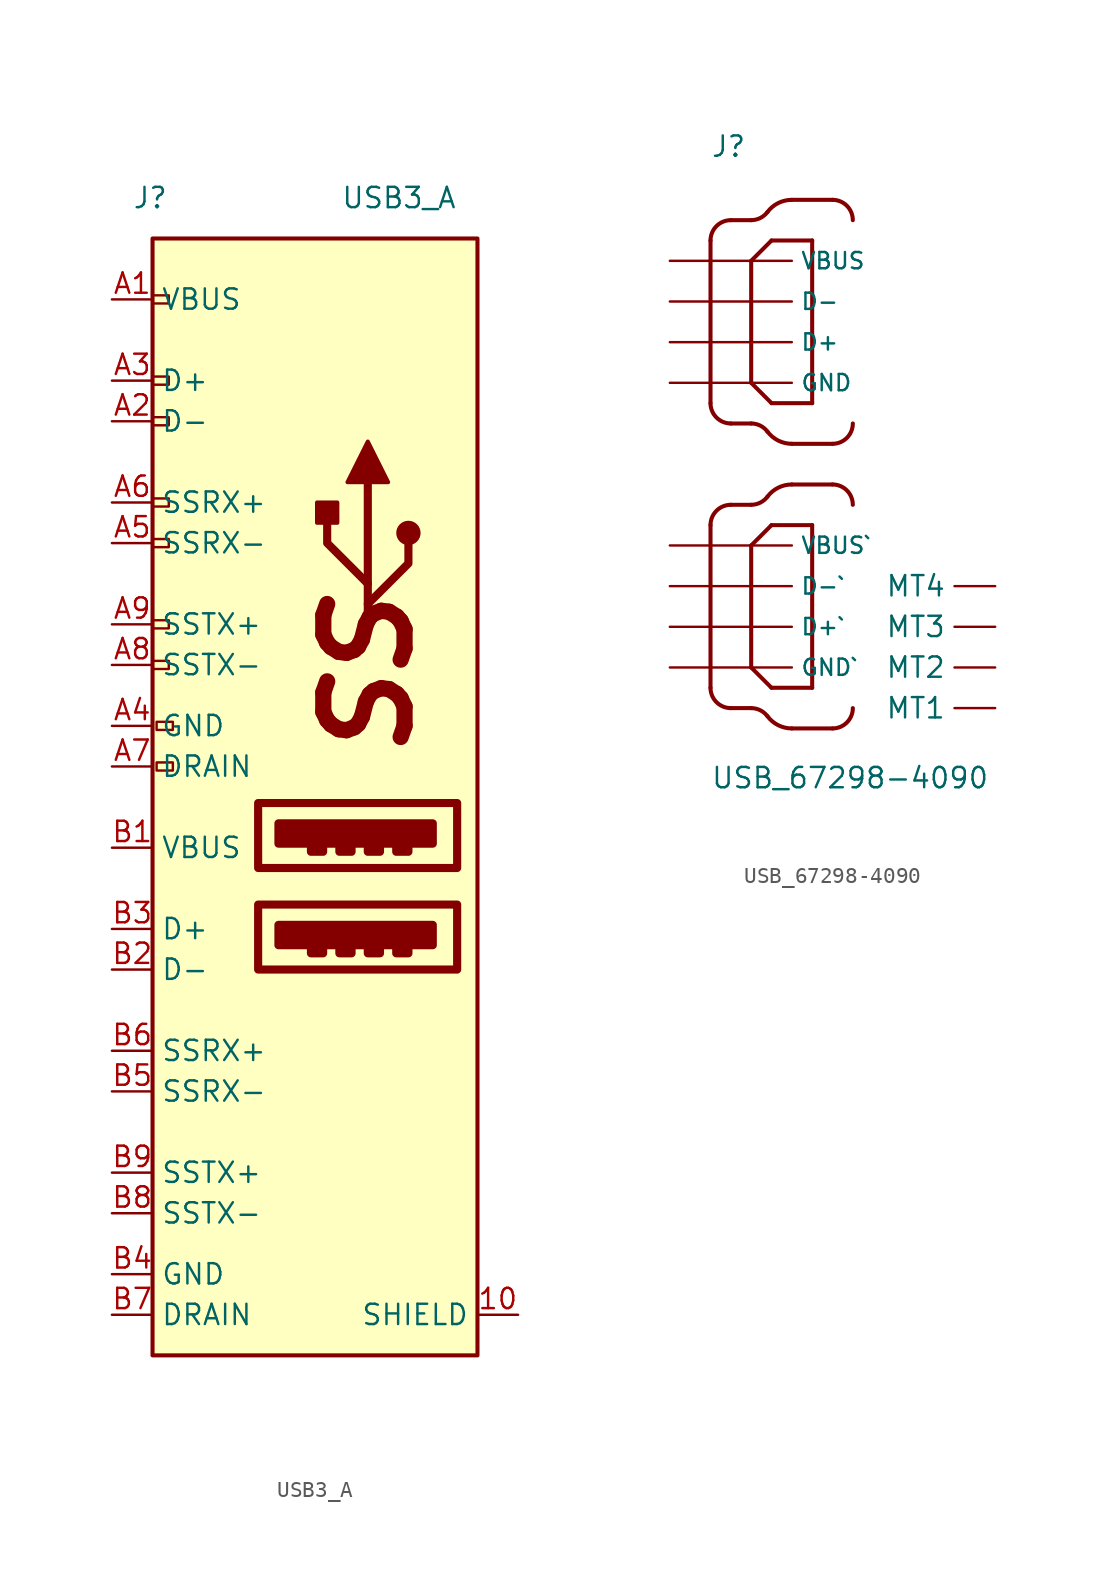
<source format=kicad_sym>
(kicad_symbol_lib
  (version 20201005)
  (generator kicad_symbol_editor)
  (symbol "ioboard:USB3_A"
    (property "Reference" "J"
      (at -10.16 33.02 0)
      (effects (font (size 1.27 1.27)) (justify left)))
    (property "Value" "USB3_A"
      (at 10.16 33.02 0)
      (effects (font (size 1.27 1.27)) (justify right)))
    (symbol "USB3_A_1_1"
      (circle (center 7.112 12.065) (radius 0.635) (stroke (width 0.254)) (fill (type outline)))
      (text "SS" (at 4.572 3.175 900) (effects (font (size 5.08 5.08) bold italic)))
      (rectangle (start -8.89 4.064) (end -7.874 3.556) (stroke (width 0)) (fill (type none)))
      (rectangle (start -8.89 6.604) (end -7.874 6.096) (stroke (width 0)) (fill (type none)))
      (rectangle (start -8.89 11.684) (end -7.874 11.176) (stroke (width 0)) (fill (type none)))
      (rectangle (start -8.89 14.224) (end -7.874 13.716) (stroke (width 0)) (fill (type none)))
      (rectangle (start -8.89 19.304) (end -7.874 18.796) (stroke (width 0)) (fill (type none)))
      (rectangle (start -8.89 21.844) (end -7.874 21.336) (stroke (width 0)) (fill (type none)))
      (rectangle (start -8.89 26.924) (end -7.874 26.416) (stroke (width 0)) (fill (type none)))
      (rectangle (start -7.62 -2.286) (end -8.636 -2.794) (stroke (width 0)) (fill (type none)))
      (rectangle (start -7.62 0.254) (end -8.636 -0.254) (stroke (width 0)) (fill (type none)))
      (rectangle (start -2.286 -11.176) (end 10.16 -15.24) (stroke (width 0.508)) (fill (type none)))
      (rectangle (start -2.286 -4.826) (end 10.16 -8.89) (stroke (width 0.508)) (fill (type none)))
      (rectangle (start 1.016 -13.97) (end 1.778 -14.224) (stroke (width 0.508)) (fill (type none)))
      (rectangle (start 1.016 -7.62) (end 1.778 -7.874) (stroke (width 0.508)) (fill (type none)))
      (rectangle (start 2.794 -13.97) (end 3.556 -14.224) (stroke (width 0.508)) (fill (type none)))
      (rectangle (start 2.794 -7.62) (end 3.556 -7.874) (stroke (width 0.508)) (fill (type none)))
      (rectangle (start 4.572 -13.97) (end 5.334 -14.224) (stroke (width 0.508)) (fill (type none)))
      (rectangle (start 4.572 -7.62) (end 5.334 -7.874) (stroke (width 0.508)) (fill (type none)))
      (rectangle (start 6.35 -13.97) (end 7.112 -14.224) (stroke (width 0.508)) (fill (type none)))
      (rectangle (start 6.35 -7.62) (end 7.112 -7.874) (stroke (width 0.508)) (fill (type none)))
      (rectangle (start -1.016 -12.446) (end 8.636 -13.716) (stroke (width 0.508)) (fill (type outline)))
      (rectangle (start -1.016 -6.096) (end 8.636 -7.366) (stroke (width 0.508)) (fill (type outline)))
      (rectangle (start 2.667 12.7) (end 1.397 13.97) (stroke (width 0.254)) (fill (type outline)))
      (rectangle (start 11.43 30.48) (end -8.89 -39.37) (stroke (width 0.254)) (fill (type background)))
      (polyline (pts (xy 4.572 6.35) (xy 4.572 15.24)) (stroke (width 0.508)) (fill (type none)))
      (polyline (pts (xy 4.572 7.62) (xy 7.112 10.16) (xy 7.112 11.43)) (stroke (width 0.508)) (fill (type none)))
      (polyline (pts (xy 4.572 8.89) (xy 2.032 11.43) (xy 2.032 12.7)) (stroke (width 0.508)) (fill (type none)))
      (polyline (pts (xy 5.842 15.24) (xy 4.572 17.78) (xy 3.302 15.24) (xy 5.842 15.24)) (stroke (width 0.254)) (fill (type outline)))
      (pin passive line (at 13.97 -36.83 180) (length 2.54) (name "SHIELD" (effects (font (size 1.27 1.27)))) (number "10" (effects (font (size 1.27 1.27)))))
      (pin power_in line (at -11.43 26.67 0) (length 2.54) (name "VBUS" (effects (font (size 1.27 1.27)))) (number "A1" (effects (font (size 1.27 1.27)))))
      (pin bidirectional line (at -11.43 19.05 0) (length 2.54) (name "D-" (effects (font (size 1.27 1.27)))) (number "A2" (effects (font (size 1.27 1.27)))))
      (pin bidirectional line (at -11.43 21.59 0) (length 2.54) (name "D+" (effects (font (size 1.27 1.27)))) (number "A3" (effects (font (size 1.27 1.27)))))
      (pin power_in line (at -11.43 0 0) (length 2.54) (name "GND" (effects (font (size 1.27 1.27)))) (number "A4" (effects (font (size 1.27 1.27)))))
      (pin bidirectional line (at -11.43 11.43 0) (length 2.54) (name "SSRX-" (effects (font (size 1.27 1.27)))) (number "A5" (effects (font (size 1.27 1.27)))))
      (pin bidirectional line (at -11.43 13.97 0) (length 2.54) (name "SSRX+" (effects (font (size 1.27 1.27)))) (number "A6" (effects (font (size 1.27 1.27)))))
      (pin power_in line (at -11.43 -2.54 0) (length 2.54) (name "DRAIN" (effects (font (size 1.27 1.27)))) (number "A7" (effects (font (size 1.27 1.27)))))
      (pin bidirectional line (at -11.43 3.81 0) (length 2.54) (name "SSTX-" (effects (font (size 1.27 1.27)))) (number "A8" (effects (font (size 1.27 1.27)))))
      (pin bidirectional line (at -11.43 6.35 0) (length 2.54) (name "SSTX+" (effects (font (size 1.27 1.27)))) (number "A9" (effects (font (size 1.27 1.27)))))
      (pin power_in line (at -11.43 -7.62 0) (length 2.54) (name "VBUS" (effects (font (size 1.27 1.27)))) (number "B1" (effects (font (size 1.27 1.27)))))
      (pin bidirectional line (at -11.43 -15.24 0) (length 2.54) (name "D-" (effects (font (size 1.27 1.27)))) (number "B2" (effects (font (size 1.27 1.27)))))
      (pin bidirectional line (at -11.43 -12.7 0) (length 2.54) (name "D+" (effects (font (size 1.27 1.27)))) (number "B3" (effects (font (size 1.27 1.27)))))
      (pin power_in line (at -11.43 -34.29 0) (length 2.54) (name "GND" (effects (font (size 1.27 1.27)))) (number "B4" (effects (font (size 1.27 1.27)))))
      (pin bidirectional line (at -11.43 -22.86 0) (length 2.54) (name "SSRX-" (effects (font (size 1.27 1.27)))) (number "B5" (effects (font (size 1.27 1.27)))))
      (pin bidirectional line (at -11.43 -20.32 0) (length 2.54) (name "SSRX+" (effects (font (size 1.27 1.27)))) (number "B6" (effects (font (size 1.27 1.27)))))
      (pin power_in line (at -11.43 -36.83 0) (length 2.54) (name "DRAIN" (effects (font (size 1.27 1.27)))) (number "B7" (effects (font (size 1.27 1.27)))))
      (pin bidirectional line (at -11.43 -30.48 0) (length 2.54) (name "SSTX-" (effects (font (size 1.27 1.27)))) (number "B8" (effects (font (size 1.27 1.27)))))
      (pin bidirectional line (at -11.43 -27.94 0) (length 2.54) (name "SSTX+" (effects (font (size 1.27 1.27)))) (number "B9" (effects (font (size 1.27 1.27)))))))
  (symbol "ioboard:USB_67298-4090"
    (pin_numbers hide)
    (property "Reference" "J"
      (at -5.08 21.641 0)
      (effects (font (size 1.27 1.27)) (justify left bottom)))
    (property "Value" "USB_67298-4090"
      (at -5.08 -17.805 0)
      (effects (font (size 1.27 1.27)) (justify left bottom)))
    (symbol "USB_67298-4090_0_0"
      (arc (start -5.08 -11.43) (end -3.81 -12.7) (radius (at -3.81 -11.43) (length 1.27) (angles 180 -90)) (stroke (width 0.254)) (fill (type none)))
      (arc (start -5.08 -1.27) (end -3.81 0) (radius (at -3.81 -1.27) (length 1.27) (angles 180 90)) (stroke (width 0.254)) (fill (type none)))
      (arc (start -5.08 6.35) (end -3.81 5.08) (radius (at -3.81 6.35) (length 1.27) (angles 180 -90)) (stroke (width 0.254)) (fill (type none)))
      (arc (start -5.08 16.51) (end -3.81 17.78) (radius (at -3.81 16.51) (length 1.27) (angles 180 90)) (stroke (width 0.254)) (fill (type none)))
      (arc (start -2.54 -12.7) (end -1.524 -13.208) (radius (at -2.54 -13.97) (length 1.27) (angles -143 -90)) (stroke (width 0.254)) (fill (type none)))
      (arc (start -2.54 0) (end -1.524 0.508) (radius (at -2.54 1.27) (length 1.27) (angles -90 -37)) (stroke (width 0.254)) (fill (type none)))
      (arc (start -2.54 5.08) (end -1.524 4.572) (radius (at -2.54 3.81) (length 1.27) (angles -143 -90)) (stroke (width 0.254)) (fill (type none)))
      (arc (start -2.54 17.78) (end -1.524 18.288) (radius (at -2.54 19.05) (length 1.27) (angles -90 -37)) (stroke (width 0.254)) (fill (type none)))
      (arc (start -1.524 -13.208) (end 0 -13.97) (radius (at 0 -12.065) (length 1.905) (angles -143 -90)) (stroke (width 0.254)) (fill (type none)))
      (arc (start -1.524 0.508) (end 0 1.27) (radius (at 0 -0.635) (length 1.905) (angles -90 -37)) (stroke (width 0.254)) (fill (type none)))
      (arc (start -1.524 4.572) (end 0 3.81) (radius (at 0 5.715) (length 1.905) (angles -143 -90)) (stroke (width 0.254)) (fill (type none)))
      (arc (start -1.524 18.288) (end 0 19.05) (radius (at 0 17.145) (length 1.905) (angles -90 -37)) (stroke (width 0.254)) (fill (type none)))
      (arc (start 2.54 -13.97) (end 3.81 -12.7) (radius (at 2.54 -12.7) (length 1.27) (angles -90 0)) (stroke (width 0.254)) (fill (type none)))
      (arc (start 2.54 1.27) (end 3.81 0) (radius (at 2.54 0) (length 1.27) (angles 90 0)) (stroke (width 0.254)) (fill (type none)))
      (arc (start 2.54 3.81) (end 3.81 5.08) (radius (at 2.54 5.08) (length 1.27) (angles -90 0)) (stroke (width 0.254)) (fill (type none)))
      (arc (start 2.54 19.05) (end 3.81 17.78) (radius (at 2.54 17.78) (length 1.27) (angles 90 0)) (stroke (width 0.254)) (fill (type none)))
      (polyline (pts (xy -5.08 -1.27) (xy -5.08 -11.43)) (stroke (width 0.254)) (fill (type none)))
      (polyline (pts (xy -5.08 16.51) (xy -5.08 6.35)) (stroke (width 0.254)) (fill (type none)))
      (polyline (pts (xy -3.81 -12.7) (xy -2.54 -12.7)) (stroke (width 0.254)) (fill (type none)))
      (polyline (pts (xy -3.81 0) (xy -2.54 0)) (stroke (width 0.254)) (fill (type none)))
      (polyline (pts (xy -3.81 5.08) (xy -2.54 5.08)) (stroke (width 0.254)) (fill (type none)))
      (polyline (pts (xy -3.81 17.78) (xy -2.54 17.78)) (stroke (width 0.254)) (fill (type none)))
      (polyline (pts (xy -2.54 -10.16) (xy -1.27 -11.43)) (stroke (width 0.254)) (fill (type none)))
      (polyline (pts (xy -2.54 -2.54) (xy -2.54 -10.16)) (stroke (width 0.254)) (fill (type none)))
      (polyline (pts (xy -2.54 7.62) (xy -1.27 6.35)) (stroke (width 0.254)) (fill (type none)))
      (polyline (pts (xy -2.54 15.24) (xy -2.54 7.62)) (stroke (width 0.254)) (fill (type none)))
      (polyline (pts (xy -1.27 -11.43) (xy 1.27 -11.43)) (stroke (width 0.254)) (fill (type none)))
      (polyline (pts (xy -1.27 -1.27) (xy -2.54 -2.54)) (stroke (width 0.254)) (fill (type none)))
      (polyline (pts (xy -1.27 6.35) (xy 1.27 6.35)) (stroke (width 0.254)) (fill (type none)))
      (polyline (pts (xy -1.27 16.51) (xy -2.54 15.24)) (stroke (width 0.254)) (fill (type none)))
      (polyline (pts (xy 0 -13.97) (xy 2.54 -13.97)) (stroke (width 0.254)) (fill (type none)))
      (polyline (pts (xy 0 1.27) (xy 2.54 1.27)) (stroke (width 0.254)) (fill (type none)))
      (polyline (pts (xy 0 3.81) (xy 2.54 3.81)) (stroke (width 0.254)) (fill (type none)))
      (polyline (pts (xy 0 19.05) (xy 2.54 19.05)) (stroke (width 0.254)) (fill (type none)))
      (polyline (pts (xy 1.27 -11.43) (xy 1.27 -1.27)) (stroke (width 0.254)) (fill (type none)))
      (polyline (pts (xy 1.27 -1.27) (xy -1.27 -1.27)) (stroke (width 0.254)) (fill (type none)))
      (polyline (pts (xy 1.27 6.35) (xy 1.27 16.51)) (stroke (width 0.254)) (fill (type none)))
      (polyline (pts (xy 1.27 16.51) (xy -1.27 16.51)) (stroke (width 0.254)) (fill (type none)))
      (pin power_in line (at -7.62 -2.54 0) (length 7.62) (name "VBUS`" (effects (font (size 1.016 1.016)))) (number "1" (effects (font (size 1.016 1.016)))))
      (pin passive line (at -7.62 -5.08 0) (length 7.62) (name "D-`" (effects (font (size 1.016 1.016)))) (number "2" (effects (font (size 1.016 1.016)))))
      (pin passive line (at -7.62 -7.62 0) (length 7.62) (name "D+`" (effects (font (size 1.016 1.016)))) (number "3" (effects (font (size 1.016 1.016)))))
      (pin power_in line (at -7.62 -10.16 0) (length 7.62) (name "GND`" (effects (font (size 1.016 1.016)))) (number "4" (effects (font (size 1.016 1.016)))))
      (pin power_in line (at -7.62 15.24 0) (length 7.62) (name "VBUS" (effects (font (size 1.016 1.016)))) (number "5" (effects (font (size 1.016 1.016)))))
      (pin passive line (at -7.62 12.7 0) (length 7.62) (name "D-" (effects (font (size 1.016 1.016)))) (number "6" (effects (font (size 1.016 1.016)))))
      (pin passive line (at -7.62 10.16 0) (length 7.62) (name "D+" (effects (font (size 1.016 1.016)))) (number "7" (effects (font (size 1.016 1.016)))))
      (pin power_in line (at -7.62 7.62 0) (length 7.62) (name "GND" (effects (font (size 1.016 1.016)))) (number "8" (effects (font (size 1.016 1.016)))))
      (pin passive line (at 12.7 -12.7 180) (length 2.54) (name "MT1" (effects (font (size 1.27 1.27)))) (number "MT1" (effects (font (size 1.27 1.27)))))
      (pin passive line (at 12.7 -10.16 180) (length 2.54) (name "MT2" (effects (font (size 1.27 1.27)))) (number "MT2" (effects (font (size 1.27 1.27)))))
      (pin passive line (at 12.7 -7.62 180) (length 2.54) (name "MT3" (effects (font (size 1.27 1.27)))) (number "MT3" (effects (font (size 1.27 1.27)))))
      (pin passive line (at 12.7 -5.08 180) (length 2.54) (name "MT4" (effects (font (size 1.27 1.27)))) (number "MT4" (effects (font (size 1.27 1.27))))))))
</source>
